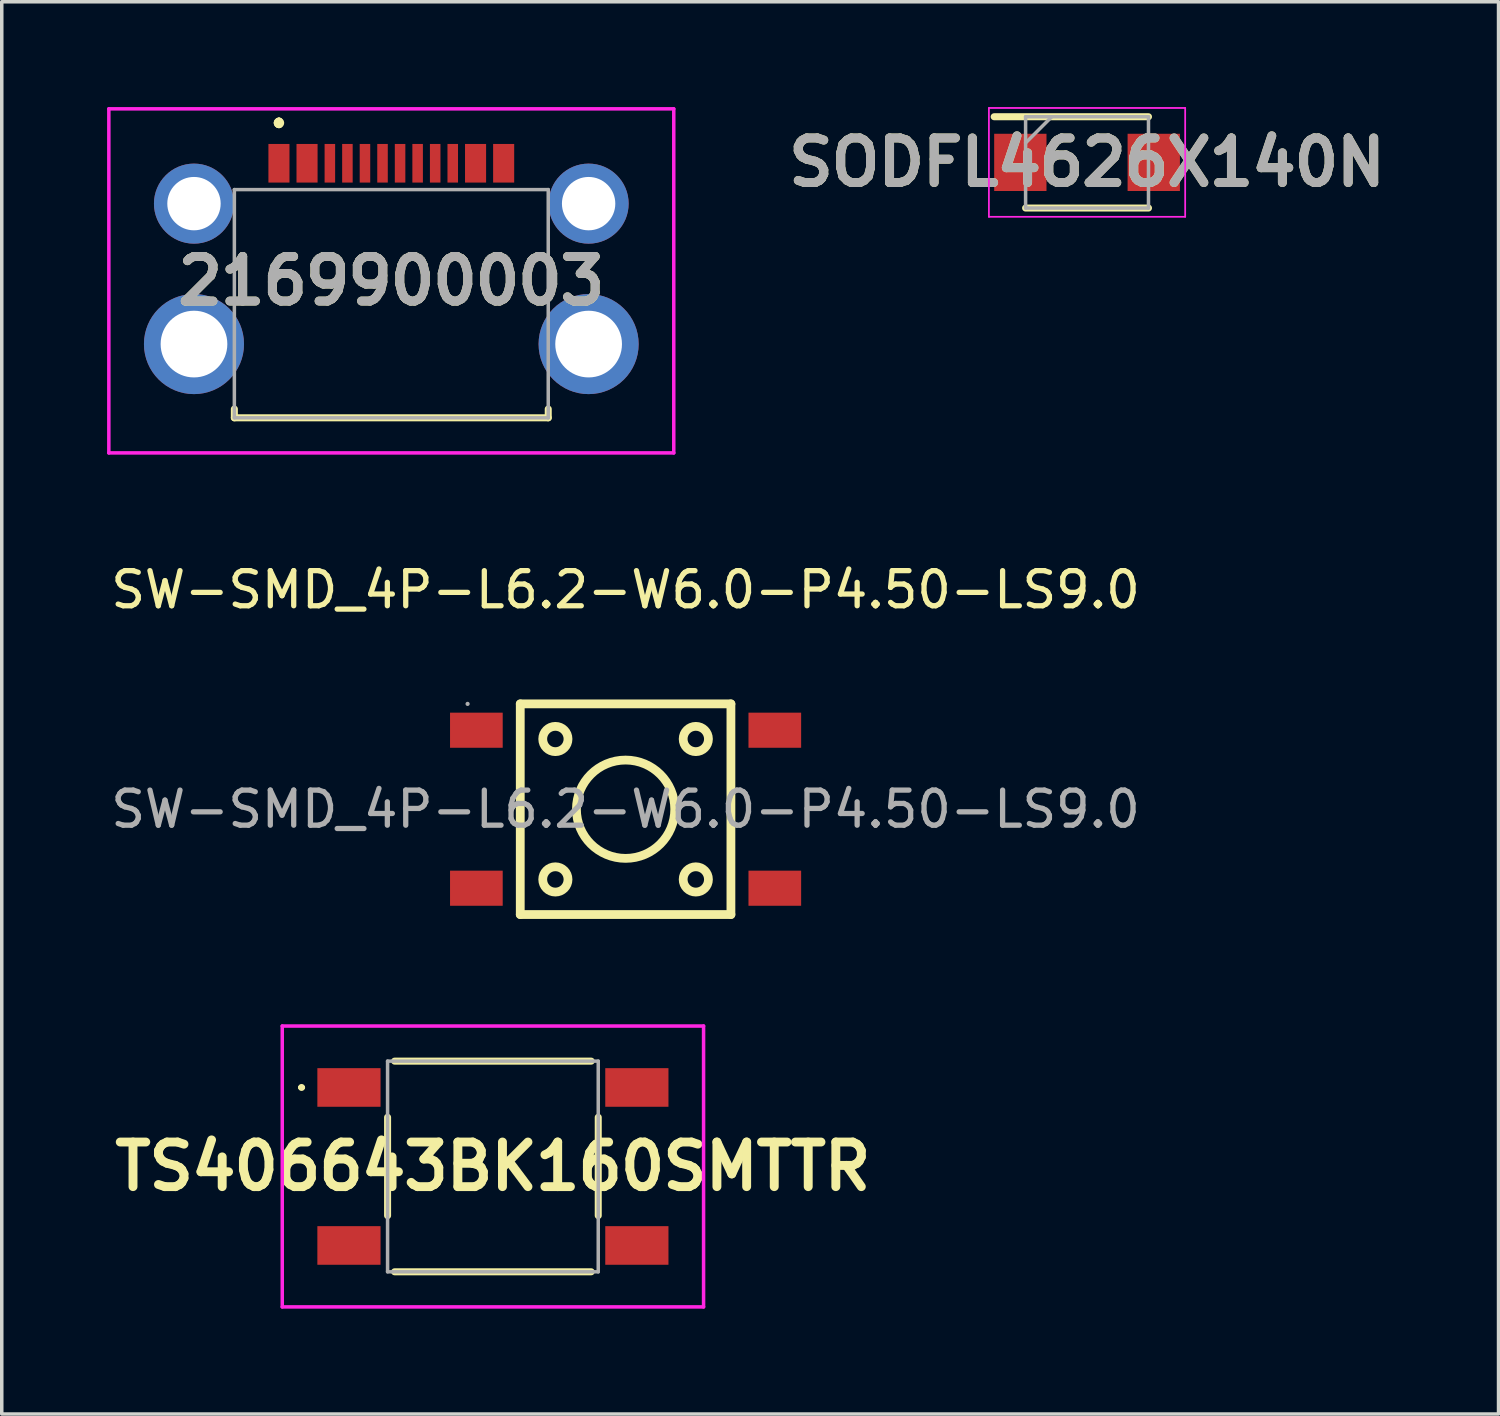
<source format=kicad_pcb>
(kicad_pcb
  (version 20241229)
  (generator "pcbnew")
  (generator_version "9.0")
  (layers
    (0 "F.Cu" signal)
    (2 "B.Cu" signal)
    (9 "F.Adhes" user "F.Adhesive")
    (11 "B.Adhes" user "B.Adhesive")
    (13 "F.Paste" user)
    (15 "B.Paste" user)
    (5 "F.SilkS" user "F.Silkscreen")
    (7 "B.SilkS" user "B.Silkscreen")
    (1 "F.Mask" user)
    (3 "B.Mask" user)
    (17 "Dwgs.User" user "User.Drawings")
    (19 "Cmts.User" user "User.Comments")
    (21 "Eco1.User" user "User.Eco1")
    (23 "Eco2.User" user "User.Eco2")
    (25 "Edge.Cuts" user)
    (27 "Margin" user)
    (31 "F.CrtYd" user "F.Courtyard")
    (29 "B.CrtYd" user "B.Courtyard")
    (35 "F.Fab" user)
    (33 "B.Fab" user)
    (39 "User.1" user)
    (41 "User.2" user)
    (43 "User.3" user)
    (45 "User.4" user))
  (footprint "SW-SMD_4P-L6.2-W6.0-P4.50-LS9.0"
    (layer "F.Cu")
    (at 14.768 19.998)
    (property "Reference" "SW-SMD_4P-L6.2-W6.0-P4.50-LS9.0" (at 0 -6.25 180) (layer "F.SilkS") (effects (font (size 1 1) (thickness 0.15))))
    (attr smd)
    (fp_line (start -3 -3) (end 3 -3) (stroke (width 0.25) (type solid)) (layer "F.SilkS"))
    (fp_line (start -3 3) (end -3 -3) (stroke (width 0.25) (type solid)) (layer "F.SilkS"))
    (fp_line (start 3 -3) (end 3 3) (stroke (width 0.25) (type solid)) (layer "F.SilkS"))
    (fp_line (start 3 3) (end -3 3) (stroke (width 0.25) (type solid)) (layer "F.SilkS"))
    (fp_circle (center -2 -2) (end -1.64 -2) (stroke (width 0.25) (type solid)) (fill no) (layer "F.SilkS"))
    (fp_circle (center -2 2) (end -1.64 2) (stroke (width 0.25) (type solid)) (fill no) (layer "F.SilkS"))
    (fp_circle (center 0 0) (end 1.4 0) (stroke (width 0.25) (type solid)) (fill no) (layer "F.SilkS"))
    (fp_circle (center 2 -2) (end 2.36 -2) (stroke (width 0.25) (type solid)) (fill no) (layer "F.SilkS"))
    (fp_circle (center 2 2) (end 2.36 2) (stroke (width 0.25) (type solid)) (fill no) (layer "F.SilkS"))
    (fp_circle (center -4.5 -3) (end -4.47 -3) (stroke (width 0.06) (type solid)) (fill no) (layer "F.Fab"))
    (fp_text user "${REFERENCE}" (at 0 0 180) (layer "F.Fab") (effects (font (size 1 1) (thickness 0.15))))
    (pad "1" smd rect (at -4.25 -2.25) (size 1.5 1) (layers "F.Cu" "F.Mask" "F.Paste"))
    (pad "2" smd rect (at 4.25 -2.25) (size 1.5 1) (layers "F.Cu" "F.Mask" "F.Paste"))
    (pad "3" smd rect (at -4.25 2.25) (size 1.5 1) (layers "F.Cu" "F.Mask" "F.Paste"))
    (pad "4" smd rect (at 4.25 2.25) (size 1.5 1) (layers "F.Cu" "F.Mask" "F.Paste")))
  (footprint "TS406643BK160SMTTR"
    (layer "F.Cu")
    (at 10.989 30.173)
    (property "Reference" "TS406643BK160SMTTR" (at 0 0 0) (layer "F.SilkS") (effects (font (size 1.27 1.27) (thickness 0.254))))
    (attr smd)
    (fp_line (start -5.5 -2.25) (end -5.5 -2.25) (stroke (width 0.1) (type solid)) (layer "F.SilkS"))
    (fp_line (start -5.4 -2.25) (end -5.4 -2.25) (stroke (width 0.1) (type solid)) (layer "F.SilkS"))
    (fp_line (start -3 -1.4) (end -3 1.4) (stroke (width 0.2) (type solid)) (layer "F.SilkS"))
    (fp_line (start -2.8 -3) (end 2.8 -3) (stroke (width 0.2) (type solid)) (layer "F.SilkS"))
    (fp_line (start -2.8 3) (end 2.8 3) (stroke (width 0.2) (type solid)) (layer "F.SilkS"))
    (fp_line (start 3 -1.4) (end 3 1.4) (stroke (width 0.2) (type solid)) (layer "F.SilkS"))
    (fp_arc (start -5.5 -2.25) (mid -5.45 -2.3) (end -5.4 -2.25) (stroke (width 0.1) (type solid)) (layer "F.SilkS"))
    (fp_arc (start -5.4 -2.25) (mid -5.45 -2.2) (end -5.5 -2.25) (stroke (width 0.1) (type solid)) (layer "F.SilkS"))
    (fp_line (start -6 -4) (end 6 -4) (stroke (width 0.1) (type solid)) (layer "F.CrtYd"))
    (fp_line (start -6 4) (end -6 -4) (stroke (width 0.1) (type solid)) (layer "F.CrtYd"))
    (fp_line (start 6 -4) (end 6 4) (stroke (width 0.1) (type solid)) (layer "F.CrtYd"))
    (fp_line (start 6 4) (end -6 4) (stroke (width 0.1) (type solid)) (layer "F.CrtYd"))
    (fp_line (start -3 -3) (end 3 -3) (stroke (width 0.1) (type solid)) (layer "F.Fab"))
    (fp_line (start -3 3) (end -3 -3) (stroke (width 0.1) (type solid)) (layer "F.Fab"))
    (fp_line (start 3 -3) (end 3 3) (stroke (width 0.1) (type solid)) (layer "F.Fab"))
    (fp_line (start 3 3) (end -3 3) (stroke (width 0.1) (type solid)) (layer "F.Fab"))
    (pad "1" smd rect (at -4.1 -2.25 90) (size 1.1 1.8) (layers "F.Cu" "F.Mask" "F.Paste"))
    (pad "2" smd rect (at 4.1 -2.25 90) (size 1.1 1.8) (layers "F.Cu" "F.Mask" "F.Paste"))
    (pad "3" smd rect (at -4.1 2.25 90) (size 1.1 1.8) (layers "F.Cu" "F.Mask" "F.Paste"))
    (pad "4" smd rect (at 4.1 2.25 90) (size 1.1 1.8) (layers "F.Cu" "F.Mask" "F.Paste")))
  (footprint "SODFL4626X140N"
    (layer "F.Cu")
    (at 27.911 1.575)
    (property "Reference" "SODFL4626X140N" (at 0 0 180) (layer "F.SilkS") (effects (font (size 1.27 1.27) (thickness 0.254))))
    (attr smd)
    (fp_line (start -2.645 -1.3) (end 1.75 -1.3) (stroke (width 0.2) (type solid)) (layer "F.SilkS"))
    (fp_line (start -1.75 1.3) (end 1.75 1.3) (stroke (width 0.2) (type solid)) (layer "F.SilkS"))
    (fp_line (start -2.795 -1.55) (end 2.795 -1.55) (stroke (width 0.05) (type solid)) (layer "F.CrtYd"))
    (fp_line (start -2.795 1.55) (end -2.795 -1.55) (stroke (width 0.05) (type solid)) (layer "F.CrtYd"))
    (fp_line (start 2.795 -1.55) (end 2.795 1.55) (stroke (width 0.05) (type solid)) (layer "F.CrtYd"))
    (fp_line (start 2.795 1.55) (end -2.795 1.55) (stroke (width 0.05) (type solid)) (layer "F.CrtYd"))
    (fp_line (start -1.75 -1.3) (end 1.75 -1.3) (stroke (width 0.1) (type solid)) (layer "F.Fab"))
    (fp_line (start -1.75 -0.555) (end -1.005 -1.3) (stroke (width 0.1) (type solid)) (layer "F.Fab"))
    (fp_line (start -1.75 1.3) (end -1.75 -1.3) (stroke (width 0.1) (type solid)) (layer "F.Fab"))
    (fp_line (start 1.75 -1.3) (end 1.75 1.3) (stroke (width 0.1) (type solid)) (layer "F.Fab"))
    (fp_line (start 1.75 1.3) (end -1.75 1.3) (stroke (width 0.1) (type solid)) (layer "F.Fab"))
    (fp_text user "${REFERENCE}" (at 0 0 180) (layer "F.Fab") (effects (font (size 1.27 1.27) (thickness 0.254))))
    (pad "1" smd rect (at -1.9 0) (size 1.49 1.63) (layers "F.Cu" "F.Mask" "F.Paste"))
    (pad "2" smd rect (at 1.9 0) (size 1.49 1.63) (layers "F.Cu" "F.Mask" "F.Paste")))
  (footprint "2169900003"
    (layer "F.Cu")
    (at 8.095 5.6)
    (property "Reference" "2169900003" (at 0 -0.65 180) (layer "F.SilkS") (effects (font (size 1.27 1.27) (thickness 0.254))))
    (attr through_hole)
    (fp_line (start -4.47 3) (end -4.47 3.25) (stroke (width 0.2) (type solid)) (layer "F.SilkS"))
    (fp_line (start -4.47 3.25) (end 4.47 3.25) (stroke (width 0.2) (type solid)) (layer "F.SilkS"))
    (fp_line (start -3.2 -5.2) (end -3.2 -5.2) (stroke (width 0.2) (type solid)) (layer "F.SilkS"))
    (fp_line (start -3.2 -5.2) (end -3.2 -5.2) (stroke (width 0.2) (type solid)) (layer "F.SilkS"))
    (fp_line (start -3.2 -5.1) (end -3.2 -5.1) (stroke (width 0.2) (type solid)) (layer "F.SilkS"))
    (fp_line (start 4.47 3.25) (end 4.47 3) (stroke (width 0.2) (type solid)) (layer "F.SilkS"))
    (fp_arc (start -3.2 -5.2) (mid -3.15 -5.15) (end -3.2 -5.1) (stroke (width 0.2) (type solid)) (layer "F.SilkS"))
    (fp_arc (start -3.2 -5.1) (mid -3.25 -5.15) (end -3.2 -5.2) (stroke (width 0.2) (type solid)) (layer "F.SilkS"))
    (fp_arc (start -3.2 -5.1) (mid -3.25 -5.15) (end -3.2 -5.2) (stroke (width 0.2) (type solid)) (layer "F.SilkS"))
    (fp_line (start -8.045 -5.55) (end 8.045 -5.55) (stroke (width 0.1) (type solid)) (layer "F.CrtYd"))
    (fp_line (start -8.045 4.25) (end -8.045 -5.55) (stroke (width 0.1) (type solid)) (layer "F.CrtYd"))
    (fp_line (start 8.045 -5.55) (end 8.045 4.25) (stroke (width 0.1) (type solid)) (layer "F.CrtYd"))
    (fp_line (start 8.045 4.25) (end -8.045 4.25) (stroke (width 0.1) (type solid)) (layer "F.CrtYd"))
    (fp_line (start -4.47 -3.25) (end -4.47 3.25) (stroke (width 0.1) (type solid)) (layer "F.Fab"))
    (fp_line (start -4.47 3.25) (end 4.47 3.25) (stroke (width 0.1) (type solid)) (layer "F.Fab"))
    (fp_line (start 4.47 -3.25) (end -4.47 -3.25) (stroke (width 0.1) (type solid)) (layer "F.Fab"))
    (fp_line (start 4.47 3.25) (end 4.47 -3.25) (stroke (width 0.1) (type solid)) (layer "F.Fab"))
    (fp_text user "${REFERENCE}" (at 0 -0.65 180) (layer "F.Fab") (effects (font (size 1.27 1.27) (thickness 0.254))))
    (pad "A1" smd rect (at -3.2 -4) (size 0.6 1.1) (layers "F.Cu" "F.Mask" "F.Paste"))
    (pad "A4" smd rect (at -2.4 -4) (size 0.6 1.1) (layers "F.Cu" "F.Mask" "F.Paste"))
    (pad "A5" smd rect (at -1.25 -4) (size 0.3 1.1) (layers "F.Cu" "F.Mask" "F.Paste"))
    (pad "A6" smd rect (at -0.25 -4) (size 0.3 1.1) (layers "F.Cu" "F.Mask" "F.Paste"))
    (pad "A7" smd rect (at 0.25 -4) (size 0.3 1.1) (layers "F.Cu" "F.Mask" "F.Paste"))
    (pad "A8" smd rect (at 1.25 -4) (size 0.3 1.1) (layers "F.Cu" "F.Mask" "F.Paste"))
    (pad "A9" smd rect (at 2.4 -4) (size 0.6 1.1) (layers "F.Cu" "F.Mask" "F.Paste"))
    (pad "A12" smd rect (at 3.2 -4) (size 0.6 1.1) (layers "F.Cu" "F.Mask" "F.Paste"))
    (pad "B5" smd rect (at 1.75 -4) (size 0.3 1.1) (layers "F.Cu" "F.Mask" "F.Paste"))
    (pad "B6" smd rect (at 0.75 -4) (size 0.3 1.1) (layers "F.Cu" "F.Mask" "F.Paste"))
    (pad "B7" smd rect (at -0.75 -4) (size 0.3 1.1) (layers "F.Cu" "F.Mask" "F.Paste"))
    (pad "B8" smd rect (at -1.75 -4) (size 0.3 1.1) (layers "F.Cu" "F.Mask" "F.Paste"))
    (pad "MH1" thru_hole circle (at -5.62 -2.85) (size 2.28 2.28) (drill 1.52) (layers "*.Cu" "*.Mask"))
    (pad "MH2" thru_hole circle (at -5.62 1.15) (size 2.85 2.85) (drill 1.9) (layers "*.Cu" "*.Mask"))
    (pad "MH3" thru_hole circle (at 5.62 1.15) (size 2.85 2.85) (drill 1.9) (layers "*.Cu" "*.Mask"))
    (pad "MH4" thru_hole circle (at 5.62 -2.85) (size 2.28 2.28) (drill 1.52) (layers "*.Cu" "*.Mask")))
  (gr_rect
    (start -3 -3)
    (end 39.631 37.223)
    (stroke (width 0.1) (type default))
    (fill no)
    (layer "Edge.Cuts")))
</source>
